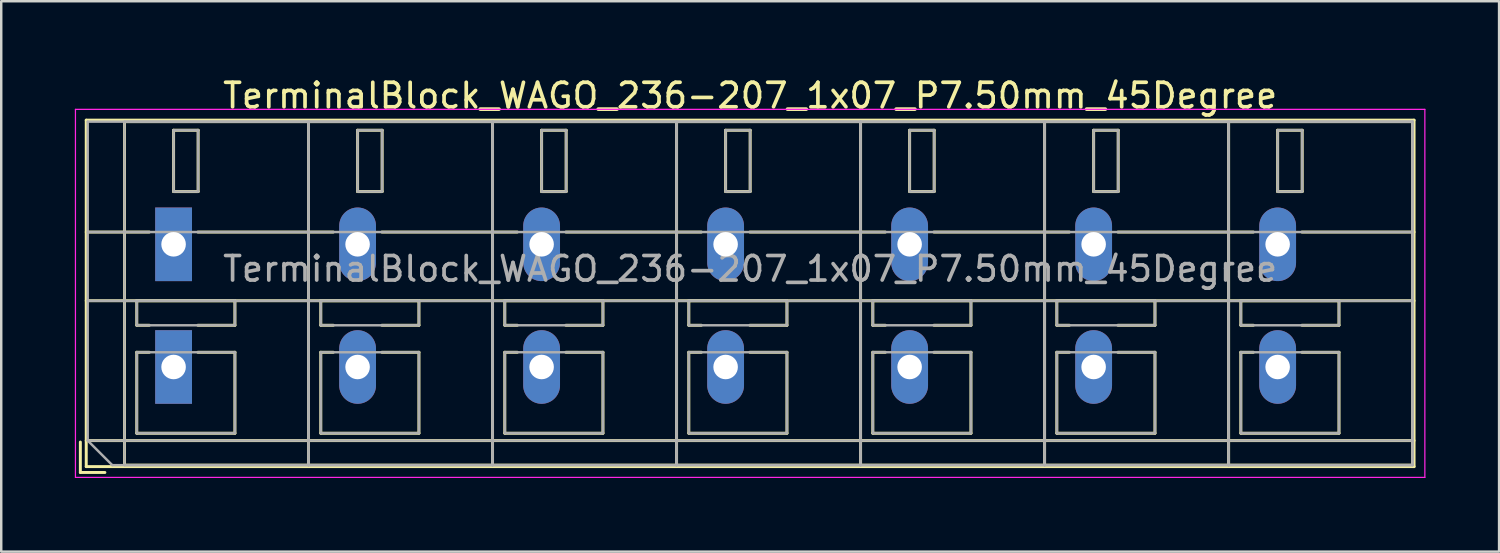
<source format=kicad_pcb>
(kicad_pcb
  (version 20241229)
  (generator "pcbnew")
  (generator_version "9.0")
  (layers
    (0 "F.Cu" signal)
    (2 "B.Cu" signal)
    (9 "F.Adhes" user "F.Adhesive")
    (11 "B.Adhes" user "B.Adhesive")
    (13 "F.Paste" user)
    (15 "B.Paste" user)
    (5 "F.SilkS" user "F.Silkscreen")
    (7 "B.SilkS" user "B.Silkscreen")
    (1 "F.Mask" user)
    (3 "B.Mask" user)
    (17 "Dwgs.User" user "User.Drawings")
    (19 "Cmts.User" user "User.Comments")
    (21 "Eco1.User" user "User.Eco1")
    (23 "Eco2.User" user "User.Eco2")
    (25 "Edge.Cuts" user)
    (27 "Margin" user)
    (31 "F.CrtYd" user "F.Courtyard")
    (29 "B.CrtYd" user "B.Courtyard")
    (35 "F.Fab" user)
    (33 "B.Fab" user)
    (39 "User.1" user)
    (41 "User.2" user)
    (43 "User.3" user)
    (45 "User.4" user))
  (footprint "TerminalBlock_WAGO_236-207_1x07_P7.50mm_45Degree"
    (layer "F.Cu")
    (at 4.025 11.908)
    (property "Reference" "TerminalBlock_WAGO_236-207_1x07_P7.50mm_45Degree" (at 23.5 -11.06 0) (layer "F.SilkS") (effects (font (size 1 1) (thickness 0.15))))
    (attr through_hole)
    (fp_line (start -3.8 3.06) (end -3.8 4.3) (stroke (width 0.12) (type solid)) (layer "F.SilkS"))
    (fp_line (start -3.8 4.3) (end -2.8 4.3) (stroke (width 0.12) (type solid)) (layer "F.SilkS"))
    (fp_line (start -3.56 -10.06) (end -3.56 4.06) (stroke (width 0.12) (type solid)) (layer "F.SilkS"))
    (fp_line (start -3.56 -10.06) (end 50.56 -10.06) (stroke (width 0.12) (type solid)) (layer "F.SilkS"))
    (fp_line (start -3.56 -5.5) (end -0.99 -5.5) (stroke (width 0.12) (type solid)) (layer "F.SilkS"))
    (fp_line (start -3.56 -2.7) (end 50.56 -2.7) (stroke (width 0.12) (type solid)) (layer "F.SilkS"))
    (fp_line (start -3.56 3) (end 50.56 3) (stroke (width 0.12) (type solid)) (layer "F.SilkS"))
    (fp_line (start -3.56 4.06) (end 50.56 4.06) (stroke (width 0.12) (type solid)) (layer "F.SilkS"))
    (fp_line (start -2 -10) (end -2 4) (stroke (width 0.12) (type solid)) (layer "F.SilkS"))
    (fp_line (start -2 -10) (end 5.5 -10) (stroke (width 0.12) (type solid)) (layer "F.SilkS"))
    (fp_line (start -2 4) (end 5.5 4) (stroke (width 0.12) (type solid)) (layer "F.SilkS"))
    (fp_line (start -1.5 -2.7) (end -1.5 -1.701) (stroke (width 0.12) (type solid)) (layer "F.SilkS"))
    (fp_line (start -1.5 -2.7) (end 2.5 -2.7) (stroke (width 0.12) (type solid)) (layer "F.SilkS"))
    (fp_line (start -1.5 -1.701) (end -0.99 -1.701) (stroke (width 0.12) (type solid)) (layer "F.SilkS"))
    (fp_line (start -1.5 -0.6) (end -1.5 2.7) (stroke (width 0.12) (type solid)) (layer "F.SilkS"))
    (fp_line (start -1.5 -0.6) (end -0.99 -0.6) (stroke (width 0.12) (type solid)) (layer "F.SilkS"))
    (fp_line (start -1.5 2.7) (end 2.5 2.7) (stroke (width 0.12) (type solid)) (layer "F.SilkS"))
    (fp_line (start 0 -9.65) (end 0 -7.15) (stroke (width 0.12) (type solid)) (layer "F.SilkS"))
    (fp_line (start 0 -9.65) (end 1 -9.65) (stroke (width 0.12) (type solid)) (layer "F.SilkS"))
    (fp_line (start 0 -7.15) (end 1 -7.15) (stroke (width 0.12) (type solid)) (layer "F.SilkS"))
    (fp_line (start 0.99 -5.5) (end 6.51 -5.5) (stroke (width 0.12) (type solid)) (layer "F.SilkS"))
    (fp_line (start 0.99 -1.701) (end 2.5 -1.701) (stroke (width 0.12) (type solid)) (layer "F.SilkS"))
    (fp_line (start 0.99 -0.6) (end 2.5 -0.6) (stroke (width 0.12) (type solid)) (layer "F.SilkS"))
    (fp_line (start 1 -9.65) (end 1 -7.15) (stroke (width 0.12) (type solid)) (layer "F.SilkS"))
    (fp_line (start 2.5 -2.7) (end 2.5 -1.701) (stroke (width 0.12) (type solid)) (layer "F.SilkS"))
    (fp_line (start 2.5 -0.6) (end 2.5 2.7) (stroke (width 0.12) (type solid)) (layer "F.SilkS"))
    (fp_line (start 5.5 -10) (end 5.5 4) (stroke (width 0.12) (type solid)) (layer "F.SilkS"))
    (fp_line (start 5.5 -10) (end 5.5 4) (stroke (width 0.12) (type solid)) (layer "F.SilkS"))
    (fp_line (start 5.5 -10) (end 13 -10) (stroke (width 0.12) (type solid)) (layer "F.SilkS"))
    (fp_line (start 5.5 4) (end 13 4) (stroke (width 0.12) (type solid)) (layer "F.SilkS"))
    (fp_line (start 6 -2.7) (end 6 -1.701) (stroke (width 0.12) (type solid)) (layer "F.SilkS"))
    (fp_line (start 6 -2.7) (end 10 -2.7) (stroke (width 0.12) (type solid)) (layer "F.SilkS"))
    (fp_line (start 6 -1.701) (end 6.51 -1.701) (stroke (width 0.12) (type solid)) (layer "F.SilkS"))
    (fp_line (start 6 -0.6) (end 6 2.7) (stroke (width 0.12) (type solid)) (layer "F.SilkS"))
    (fp_line (start 6 -0.6) (end 6.51 -0.6) (stroke (width 0.12) (type solid)) (layer "F.SilkS"))
    (fp_line (start 6 2.7) (end 10 2.7) (stroke (width 0.12) (type solid)) (layer "F.SilkS"))
    (fp_line (start 7.5 -9.65) (end 7.5 -7.15) (stroke (width 0.12) (type solid)) (layer "F.SilkS"))
    (fp_line (start 7.5 -9.65) (end 8.5 -9.65) (stroke (width 0.12) (type solid)) (layer "F.SilkS"))
    (fp_line (start 7.5 -7.15) (end 8.5 -7.15) (stroke (width 0.12) (type solid)) (layer "F.SilkS"))
    (fp_line (start 8.49 -5.5) (end 14.01 -5.5) (stroke (width 0.12) (type solid)) (layer "F.SilkS"))
    (fp_line (start 8.49 -1.701) (end 10 -1.701) (stroke (width 0.12) (type solid)) (layer "F.SilkS"))
    (fp_line (start 8.49 -0.6) (end 10 -0.6) (stroke (width 0.12) (type solid)) (layer "F.SilkS"))
    (fp_line (start 8.5 -9.65) (end 8.5 -7.15) (stroke (width 0.12) (type solid)) (layer "F.SilkS"))
    (fp_line (start 10 -2.7) (end 10 -1.701) (stroke (width 0.12) (type solid)) (layer "F.SilkS"))
    (fp_line (start 10 -0.6) (end 10 2.7) (stroke (width 0.12) (type solid)) (layer "F.SilkS"))
    (fp_line (start 13 -10) (end 13 4) (stroke (width 0.12) (type solid)) (layer "F.SilkS"))
    (fp_line (start 13 -10) (end 13 4) (stroke (width 0.12) (type solid)) (layer "F.SilkS"))
    (fp_line (start 13 -10) (end 20.5 -10) (stroke (width 0.12) (type solid)) (layer "F.SilkS"))
    (fp_line (start 13 4) (end 20.5 4) (stroke (width 0.12) (type solid)) (layer "F.SilkS"))
    (fp_line (start 13.5 -2.7) (end 13.5 -1.701) (stroke (width 0.12) (type solid)) (layer "F.SilkS"))
    (fp_line (start 13.5 -2.7) (end 17.5 -2.7) (stroke (width 0.12) (type solid)) (layer "F.SilkS"))
    (fp_line (start 13.5 -1.701) (end 14.01 -1.701) (stroke (width 0.12) (type solid)) (layer "F.SilkS"))
    (fp_line (start 13.5 -0.6) (end 13.5 2.7) (stroke (width 0.12) (type solid)) (layer "F.SilkS"))
    (fp_line (start 13.5 -0.6) (end 14.01 -0.6) (stroke (width 0.12) (type solid)) (layer "F.SilkS"))
    (fp_line (start 13.5 2.7) (end 17.5 2.7) (stroke (width 0.12) (type solid)) (layer "F.SilkS"))
    (fp_line (start 15 -9.65) (end 15 -7.15) (stroke (width 0.12) (type solid)) (layer "F.SilkS"))
    (fp_line (start 15 -9.65) (end 16 -9.65) (stroke (width 0.12) (type solid)) (layer "F.SilkS"))
    (fp_line (start 15 -7.15) (end 16 -7.15) (stroke (width 0.12) (type solid)) (layer "F.SilkS"))
    (fp_line (start 15.99 -5.5) (end 21.51 -5.5) (stroke (width 0.12) (type solid)) (layer "F.SilkS"))
    (fp_line (start 15.99 -1.701) (end 17.5 -1.701) (stroke (width 0.12) (type solid)) (layer "F.SilkS"))
    (fp_line (start 15.99 -0.6) (end 17.5 -0.6) (stroke (width 0.12) (type solid)) (layer "F.SilkS"))
    (fp_line (start 16 -9.65) (end 16 -7.15) (stroke (width 0.12) (type solid)) (layer "F.SilkS"))
    (fp_line (start 17.5 -2.7) (end 17.5 -1.701) (stroke (width 0.12) (type solid)) (layer "F.SilkS"))
    (fp_line (start 17.5 -0.6) (end 17.5 2.7) (stroke (width 0.12) (type solid)) (layer "F.SilkS"))
    (fp_line (start 20.5 -10) (end 20.5 4) (stroke (width 0.12) (type solid)) (layer "F.SilkS"))
    (fp_line (start 20.5 -10) (end 20.5 4) (stroke (width 0.12) (type solid)) (layer "F.SilkS"))
    (fp_line (start 20.5 -10) (end 28 -10) (stroke (width 0.12) (type solid)) (layer "F.SilkS"))
    (fp_line (start 20.5 4) (end 28 4) (stroke (width 0.12) (type solid)) (layer "F.SilkS"))
    (fp_line (start 21 -2.7) (end 21 -1.701) (stroke (width 0.12) (type solid)) (layer "F.SilkS"))
    (fp_line (start 21 -2.7) (end 25 -2.7) (stroke (width 0.12) (type solid)) (layer "F.SilkS"))
    (fp_line (start 21 -1.701) (end 21.51 -1.701) (stroke (width 0.12) (type solid)) (layer "F.SilkS"))
    (fp_line (start 21 -0.6) (end 21 2.7) (stroke (width 0.12) (type solid)) (layer "F.SilkS"))
    (fp_line (start 21 -0.6) (end 21.51 -0.6) (stroke (width 0.12) (type solid)) (layer "F.SilkS"))
    (fp_line (start 21 2.7) (end 25 2.7) (stroke (width 0.12) (type solid)) (layer "F.SilkS"))
    (fp_line (start 22.5 -9.65) (end 22.5 -7.15) (stroke (width 0.12) (type solid)) (layer "F.SilkS"))
    (fp_line (start 22.5 -9.65) (end 23.5 -9.65) (stroke (width 0.12) (type solid)) (layer "F.SilkS"))
    (fp_line (start 22.5 -7.15) (end 23.5 -7.15) (stroke (width 0.12) (type solid)) (layer "F.SilkS"))
    (fp_line (start 23.49 -5.5) (end 29.01 -5.5) (stroke (width 0.12) (type solid)) (layer "F.SilkS"))
    (fp_line (start 23.49 -1.701) (end 25 -1.701) (stroke (width 0.12) (type solid)) (layer "F.SilkS"))
    (fp_line (start 23.49 -0.6) (end 25 -0.6) (stroke (width 0.12) (type solid)) (layer "F.SilkS"))
    (fp_line (start 23.5 -9.65) (end 23.5 -7.15) (stroke (width 0.12) (type solid)) (layer "F.SilkS"))
    (fp_line (start 25 -2.7) (end 25 -1.701) (stroke (width 0.12) (type solid)) (layer "F.SilkS"))
    (fp_line (start 25 -0.6) (end 25 2.7) (stroke (width 0.12) (type solid)) (layer "F.SilkS"))
    (fp_line (start 28 -10) (end 28 4) (stroke (width 0.12) (type solid)) (layer "F.SilkS"))
    (fp_line (start 28 -10) (end 28 4) (stroke (width 0.12) (type solid)) (layer "F.SilkS"))
    (fp_line (start 28 -10) (end 35.5 -10) (stroke (width 0.12) (type solid)) (layer "F.SilkS"))
    (fp_line (start 28 4) (end 35.5 4) (stroke (width 0.12) (type solid)) (layer "F.SilkS"))
    (fp_line (start 28.5 -2.7) (end 28.5 -1.701) (stroke (width 0.12) (type solid)) (layer "F.SilkS"))
    (fp_line (start 28.5 -2.7) (end 32.5 -2.7) (stroke (width 0.12) (type solid)) (layer "F.SilkS"))
    (fp_line (start 28.5 -1.701) (end 29.01 -1.701) (stroke (width 0.12) (type solid)) (layer "F.SilkS"))
    (fp_line (start 28.5 -0.6) (end 28.5 2.7) (stroke (width 0.12) (type solid)) (layer "F.SilkS"))
    (fp_line (start 28.5 -0.6) (end 29.01 -0.6) (stroke (width 0.12) (type solid)) (layer "F.SilkS"))
    (fp_line (start 28.5 2.7) (end 32.5 2.7) (stroke (width 0.12) (type solid)) (layer "F.SilkS"))
    (fp_line (start 30 -9.65) (end 30 -7.15) (stroke (width 0.12) (type solid)) (layer "F.SilkS"))
    (fp_line (start 30 -9.65) (end 31 -9.65) (stroke (width 0.12) (type solid)) (layer "F.SilkS"))
    (fp_line (start 30 -7.15) (end 31 -7.15) (stroke (width 0.12) (type solid)) (layer "F.SilkS"))
    (fp_line (start 30.99 -5.5) (end 36.51 -5.5) (stroke (width 0.12) (type solid)) (layer "F.SilkS"))
    (fp_line (start 30.99 -1.701) (end 32.5 -1.701) (stroke (width 0.12) (type solid)) (layer "F.SilkS"))
    (fp_line (start 30.99 -0.6) (end 32.5 -0.6) (stroke (width 0.12) (type solid)) (layer "F.SilkS"))
    (fp_line (start 31 -9.65) (end 31 -7.15) (stroke (width 0.12) (type solid)) (layer "F.SilkS"))
    (fp_line (start 32.5 -2.7) (end 32.5 -1.701) (stroke (width 0.12) (type solid)) (layer "F.SilkS"))
    (fp_line (start 32.5 -0.6) (end 32.5 2.7) (stroke (width 0.12) (type solid)) (layer "F.SilkS"))
    (fp_line (start 35.5 -10) (end 35.5 4) (stroke (width 0.12) (type solid)) (layer "F.SilkS"))
    (fp_line (start 35.5 -10) (end 35.5 4) (stroke (width 0.12) (type solid)) (layer "F.SilkS"))
    (fp_line (start 35.5 -10) (end 43 -10) (stroke (width 0.12) (type solid)) (layer "F.SilkS"))
    (fp_line (start 35.5 4) (end 43 4) (stroke (width 0.12) (type solid)) (layer "F.SilkS"))
    (fp_line (start 36 -2.7) (end 36 -1.701) (stroke (width 0.12) (type solid)) (layer "F.SilkS"))
    (fp_line (start 36 -2.7) (end 40 -2.7) (stroke (width 0.12) (type solid)) (layer "F.SilkS"))
    (fp_line (start 36 -1.701) (end 36.51 -1.701) (stroke (width 0.12) (type solid)) (layer "F.SilkS"))
    (fp_line (start 36 -0.6) (end 36 2.7) (stroke (width 0.12) (type solid)) (layer "F.SilkS"))
    (fp_line (start 36 -0.6) (end 36.51 -0.6) (stroke (width 0.12) (type solid)) (layer "F.SilkS"))
    (fp_line (start 36 2.7) (end 40 2.7) (stroke (width 0.12) (type solid)) (layer "F.SilkS"))
    (fp_line (start 37.5 -9.65) (end 37.5 -7.15) (stroke (width 0.12) (type solid)) (layer "F.SilkS"))
    (fp_line (start 37.5 -9.65) (end 38.5 -9.65) (stroke (width 0.12) (type solid)) (layer "F.SilkS"))
    (fp_line (start 37.5 -7.15) (end 38.5 -7.15) (stroke (width 0.12) (type solid)) (layer "F.SilkS"))
    (fp_line (start 38.49 -5.5) (end 44.01 -5.5) (stroke (width 0.12) (type solid)) (layer "F.SilkS"))
    (fp_line (start 38.49 -1.701) (end 40 -1.701) (stroke (width 0.12) (type solid)) (layer "F.SilkS"))
    (fp_line (start 38.49 -0.6) (end 40 -0.6) (stroke (width 0.12) (type solid)) (layer "F.SilkS"))
    (fp_line (start 38.5 -9.65) (end 38.5 -7.15) (stroke (width 0.12) (type solid)) (layer "F.SilkS"))
    (fp_line (start 40 -2.7) (end 40 -1.701) (stroke (width 0.12) (type solid)) (layer "F.SilkS"))
    (fp_line (start 40 -0.6) (end 40 2.7) (stroke (width 0.12) (type solid)) (layer "F.SilkS"))
    (fp_line (start 43 -10) (end 43 4) (stroke (width 0.12) (type solid)) (layer "F.SilkS"))
    (fp_line (start 43 -10) (end 43 4) (stroke (width 0.12) (type solid)) (layer "F.SilkS"))
    (fp_line (start 43 -10) (end 50.5 -10) (stroke (width 0.12) (type solid)) (layer "F.SilkS"))
    (fp_line (start 43 4) (end 50.5 4) (stroke (width 0.12) (type solid)) (layer "F.SilkS"))
    (fp_line (start 43.5 -2.7) (end 43.5 -1.701) (stroke (width 0.12) (type solid)) (layer "F.SilkS"))
    (fp_line (start 43.5 -2.7) (end 47.5 -2.7) (stroke (width 0.12) (type solid)) (layer "F.SilkS"))
    (fp_line (start 43.5 -1.701) (end 44.01 -1.701) (stroke (width 0.12) (type solid)) (layer "F.SilkS"))
    (fp_line (start 43.5 -0.6) (end 43.5 2.7) (stroke (width 0.12) (type solid)) (layer "F.SilkS"))
    (fp_line (start 43.5 -0.6) (end 44.01 -0.6) (stroke (width 0.12) (type solid)) (layer "F.SilkS"))
    (fp_line (start 43.5 2.7) (end 47.5 2.7) (stroke (width 0.12) (type solid)) (layer "F.SilkS"))
    (fp_line (start 45 -9.65) (end 45 -7.15) (stroke (width 0.12) (type solid)) (layer "F.SilkS"))
    (fp_line (start 45 -9.65) (end 46 -9.65) (stroke (width 0.12) (type solid)) (layer "F.SilkS"))
    (fp_line (start 45 -7.15) (end 46 -7.15) (stroke (width 0.12) (type solid)) (layer "F.SilkS"))
    (fp_line (start 45.99 -5.5) (end 50.56 -5.5) (stroke (width 0.12) (type solid)) (layer "F.SilkS"))
    (fp_line (start 45.99 -1.701) (end 47.5 -1.701) (stroke (width 0.12) (type solid)) (layer "F.SilkS"))
    (fp_line (start 45.99 -0.6) (end 47.5 -0.6) (stroke (width 0.12) (type solid)) (layer "F.SilkS"))
    (fp_line (start 46 -9.65) (end 46 -7.15) (stroke (width 0.12) (type solid)) (layer "F.SilkS"))
    (fp_line (start 47.5 -2.7) (end 47.5 -1.701) (stroke (width 0.12) (type solid)) (layer "F.SilkS"))
    (fp_line (start 47.5 -0.6) (end 47.5 2.7) (stroke (width 0.12) (type solid)) (layer "F.SilkS"))
    (fp_line (start 50.5 -10) (end 50.5 4) (stroke (width 0.12) (type solid)) (layer "F.SilkS"))
    (fp_line (start 50.56 -10.06) (end 50.56 4.06) (stroke (width 0.12) (type solid)) (layer "F.SilkS"))
    (fp_line (start -4 -10.5) (end -4 4.5) (stroke (width 0.05) (type solid)) (layer "F.CrtYd"))
    (fp_line (start -4 4.5) (end 51 4.5) (stroke (width 0.05) (type solid)) (layer "F.CrtYd"))
    (fp_line (start 51 -10.5) (end -4 -10.5) (stroke (width 0.05) (type solid)) (layer "F.CrtYd"))
    (fp_line (start 51 4.5) (end 51 -10.5) (stroke (width 0.05) (type solid)) (layer "F.CrtYd"))
    (fp_line (start -3.5 -10) (end 50.5 -10) (stroke (width 0.1) (type solid)) (layer "F.Fab"))
    (fp_line (start -3.5 -5.5) (end 50.5 -5.5) (stroke (width 0.1) (type solid)) (layer "F.Fab"))
    (fp_line (start -3.5 -2.7) (end 50.5 -2.7) (stroke (width 0.1) (type solid)) (layer "F.Fab"))
    (fp_line (start -3.5 3) (end -3.5 -10) (stroke (width 0.1) (type solid)) (layer "F.Fab"))
    (fp_line (start -3.5 3) (end 50.5 3) (stroke (width 0.1) (type solid)) (layer "F.Fab"))
    (fp_line (start -2.5 4) (end -3.5 3) (stroke (width 0.1) (type solid)) (layer "F.Fab"))
    (fp_line (start -2 -10) (end -2 4) (stroke (width 0.1) (type solid)) (layer "F.Fab"))
    (fp_line (start -2 4) (end 5.5 4) (stroke (width 0.1) (type solid)) (layer "F.Fab"))
    (fp_line (start -1.5 -2.7) (end -1.5 -1.7) (stroke (width 0.1) (type solid)) (layer "F.Fab"))
    (fp_line (start -1.5 -1.7) (end 2.5 -1.7) (stroke (width 0.1) (type solid)) (layer "F.Fab"))
    (fp_line (start -1.5 -0.6) (end -1.5 2.7) (stroke (width 0.1) (type solid)) (layer "F.Fab"))
    (fp_line (start -1.5 2.7) (end 2.5 2.7) (stroke (width 0.1) (type solid)) (layer "F.Fab"))
    (fp_line (start 0 -9.65) (end 0 -7.15) (stroke (width 0.1) (type solid)) (layer "F.Fab"))
    (fp_line (start 0 -7.15) (end 1 -7.15) (stroke (width 0.1) (type solid)) (layer "F.Fab"))
    (fp_line (start 1 -9.65) (end 0 -9.65) (stroke (width 0.1) (type solid)) (layer "F.Fab"))
    (fp_line (start 1 -7.15) (end 1 -9.65) (stroke (width 0.1) (type solid)) (layer "F.Fab"))
    (fp_line (start 2.5 -2.7) (end -1.5 -2.7) (stroke (width 0.1) (type solid)) (layer "F.Fab"))
    (fp_line (start 2.5 -1.7) (end 2.5 -2.7) (stroke (width 0.1) (type solid)) (layer "F.Fab"))
    (fp_line (start 2.5 -0.6) (end -1.5 -0.6) (stroke (width 0.1) (type solid)) (layer "F.Fab"))
    (fp_line (start 2.5 2.7) (end 2.5 -0.6) (stroke (width 0.1) (type solid)) (layer "F.Fab"))
    (fp_line (start 5.5 -10) (end -2 -10) (stroke (width 0.1) (type solid)) (layer "F.Fab"))
    (fp_line (start 5.5 -10) (end 5.5 4) (stroke (width 0.1) (type solid)) (layer "F.Fab"))
    (fp_line (start 5.5 4) (end 5.5 -10) (stroke (width 0.1) (type solid)) (layer "F.Fab"))
    (fp_line (start 5.5 4) (end 13 4) (stroke (width 0.1) (type solid)) (layer "F.Fab"))
    (fp_line (start 6 -2.7) (end 6 -1.7) (stroke (width 0.1) (type solid)) (layer "F.Fab"))
    (fp_line (start 6 -1.7) (end 10 -1.7) (stroke (width 0.1) (type solid)) (layer "F.Fab"))
    (fp_line (start 6 -0.6) (end 6 2.7) (stroke (width 0.1) (type solid)) (layer "F.Fab"))
    (fp_line (start 6 2.7) (end 10 2.7) (stroke (width 0.1) (type solid)) (layer "F.Fab"))
    (fp_line (start 7.5 -9.65) (end 7.5 -7.15) (stroke (width 0.1) (type solid)) (layer "F.Fab"))
    (fp_line (start 7.5 -7.15) (end 8.5 -7.15) (stroke (width 0.1) (type solid)) (layer "F.Fab"))
    (fp_line (start 8.5 -9.65) (end 7.5 -9.65) (stroke (width 0.1) (type solid)) (layer "F.Fab"))
    (fp_line (start 8.5 -7.15) (end 8.5 -9.65) (stroke (width 0.1) (type solid)) (layer "F.Fab"))
    (fp_line (start 10 -2.7) (end 6 -2.7) (stroke (width 0.1) (type solid)) (layer "F.Fab"))
    (fp_line (start 10 -1.7) (end 10 -2.7) (stroke (width 0.1) (type solid)) (layer "F.Fab"))
    (fp_line (start 10 -0.6) (end 6 -0.6) (stroke (width 0.1) (type solid)) (layer "F.Fab"))
    (fp_line (start 10 2.7) (end 10 -0.6) (stroke (width 0.1) (type solid)) (layer "F.Fab"))
    (fp_line (start 13 -10) (end 5.5 -10) (stroke (width 0.1) (type solid)) (layer "F.Fab"))
    (fp_line (start 13 -10) (end 13 4) (stroke (width 0.1) (type solid)) (layer "F.Fab"))
    (fp_line (start 13 4) (end 13 -10) (stroke (width 0.1) (type solid)) (layer "F.Fab"))
    (fp_line (start 13 4) (end 20.5 4) (stroke (width 0.1) (type solid)) (layer "F.Fab"))
    (fp_line (start 13.5 -2.7) (end 13.5 -1.7) (stroke (width 0.1) (type solid)) (layer "F.Fab"))
    (fp_line (start 13.5 -1.7) (end 17.5 -1.7) (stroke (width 0.1) (type solid)) (layer "F.Fab"))
    (fp_line (start 13.5 -0.6) (end 13.5 2.7) (stroke (width 0.1) (type solid)) (layer "F.Fab"))
    (fp_line (start 13.5 2.7) (end 17.5 2.7) (stroke (width 0.1) (type solid)) (layer "F.Fab"))
    (fp_line (start 15 -9.65) (end 15 -7.15) (stroke (width 0.1) (type solid)) (layer "F.Fab"))
    (fp_line (start 15 -7.15) (end 16 -7.15) (stroke (width 0.1) (type solid)) (layer "F.Fab"))
    (fp_line (start 16 -9.65) (end 15 -9.65) (stroke (width 0.1) (type solid)) (layer "F.Fab"))
    (fp_line (start 16 -7.15) (end 16 -9.65) (stroke (width 0.1) (type solid)) (layer "F.Fab"))
    (fp_line (start 17.5 -2.7) (end 13.5 -2.7) (stroke (width 0.1) (type solid)) (layer "F.Fab"))
    (fp_line (start 17.5 -1.7) (end 17.5 -2.7) (stroke (width 0.1) (type solid)) (layer "F.Fab"))
    (fp_line (start 17.5 -0.6) (end 13.5 -0.6) (stroke (width 0.1) (type solid)) (layer "F.Fab"))
    (fp_line (start 17.5 2.7) (end 17.5 -0.6) (stroke (width 0.1) (type solid)) (layer "F.Fab"))
    (fp_line (start 20.5 -10) (end 13 -10) (stroke (width 0.1) (type solid)) (layer "F.Fab"))
    (fp_line (start 20.5 -10) (end 20.5 4) (stroke (width 0.1) (type solid)) (layer "F.Fab"))
    (fp_line (start 20.5 4) (end 20.5 -10) (stroke (width 0.1) (type solid)) (layer "F.Fab"))
    (fp_line (start 20.5 4) (end 28 4) (stroke (width 0.1) (type solid)) (layer "F.Fab"))
    (fp_line (start 21 -2.7) (end 21 -1.7) (stroke (width 0.1) (type solid)) (layer "F.Fab"))
    (fp_line (start 21 -1.7) (end 25 -1.7) (stroke (width 0.1) (type solid)) (layer "F.Fab"))
    (fp_line (start 21 -0.6) (end 21 2.7) (stroke (width 0.1) (type solid)) (layer "F.Fab"))
    (fp_line (start 21 2.7) (end 25 2.7) (stroke (width 0.1) (type solid)) (layer "F.Fab"))
    (fp_line (start 22.5 -9.65) (end 22.5 -7.15) (stroke (width 0.1) (type solid)) (layer "F.Fab"))
    (fp_line (start 22.5 -7.15) (end 23.5 -7.15) (stroke (width 0.1) (type solid)) (layer "F.Fab"))
    (fp_line (start 23.5 -9.65) (end 22.5 -9.65) (stroke (width 0.1) (type solid)) (layer "F.Fab"))
    (fp_line (start 23.5 -7.15) (end 23.5 -9.65) (stroke (width 0.1) (type solid)) (layer "F.Fab"))
    (fp_line (start 25 -2.7) (end 21 -2.7) (stroke (width 0.1) (type solid)) (layer "F.Fab"))
    (fp_line (start 25 -1.7) (end 25 -2.7) (stroke (width 0.1) (type solid)) (layer "F.Fab"))
    (fp_line (start 25 -0.6) (end 21 -0.6) (stroke (width 0.1) (type solid)) (layer "F.Fab"))
    (fp_line (start 25 2.7) (end 25 -0.6) (stroke (width 0.1) (type solid)) (layer "F.Fab"))
    (fp_line (start 28 -10) (end 20.5 -10) (stroke (width 0.1) (type solid)) (layer "F.Fab"))
    (fp_line (start 28 -10) (end 28 4) (stroke (width 0.1) (type solid)) (layer "F.Fab"))
    (fp_line (start 28 4) (end 28 -10) (stroke (width 0.1) (type solid)) (layer "F.Fab"))
    (fp_line (start 28 4) (end 35.5 4) (stroke (width 0.1) (type solid)) (layer "F.Fab"))
    (fp_line (start 28.5 -2.7) (end 28.5 -1.7) (stroke (width 0.1) (type solid)) (layer "F.Fab"))
    (fp_line (start 28.5 -1.7) (end 32.5 -1.7) (stroke (width 0.1) (type solid)) (layer "F.Fab"))
    (fp_line (start 28.5 -0.6) (end 28.5 2.7) (stroke (width 0.1) (type solid)) (layer "F.Fab"))
    (fp_line (start 28.5 2.7) (end 32.5 2.7) (stroke (width 0.1) (type solid)) (layer "F.Fab"))
    (fp_line (start 30 -9.65) (end 30 -7.15) (stroke (width 0.1) (type solid)) (layer "F.Fab"))
    (fp_line (start 30 -7.15) (end 31 -7.15) (stroke (width 0.1) (type solid)) (layer "F.Fab"))
    (fp_line (start 31 -9.65) (end 30 -9.65) (stroke (width 0.1) (type solid)) (layer "F.Fab"))
    (fp_line (start 31 -7.15) (end 31 -9.65) (stroke (width 0.1) (type solid)) (layer "F.Fab"))
    (fp_line (start 32.5 -2.7) (end 28.5 -2.7) (stroke (width 0.1) (type solid)) (layer "F.Fab"))
    (fp_line (start 32.5 -1.7) (end 32.5 -2.7) (stroke (width 0.1) (type solid)) (layer "F.Fab"))
    (fp_line (start 32.5 -0.6) (end 28.5 -0.6) (stroke (width 0.1) (type solid)) (layer "F.Fab"))
    (fp_line (start 32.5 2.7) (end 32.5 -0.6) (stroke (width 0.1) (type solid)) (layer "F.Fab"))
    (fp_line (start 35.5 -10) (end 28 -10) (stroke (width 0.1) (type solid)) (layer "F.Fab"))
    (fp_line (start 35.5 -10) (end 35.5 4) (stroke (width 0.1) (type solid)) (layer "F.Fab"))
    (fp_line (start 35.5 4) (end 35.5 -10) (stroke (width 0.1) (type solid)) (layer "F.Fab"))
    (fp_line (start 35.5 4) (end 43 4) (stroke (width 0.1) (type solid)) (layer "F.Fab"))
    (fp_line (start 36 -2.7) (end 36 -1.7) (stroke (width 0.1) (type solid)) (layer "F.Fab"))
    (fp_line (start 36 -1.7) (end 40 -1.7) (stroke (width 0.1) (type solid)) (layer "F.Fab"))
    (fp_line (start 36 -0.6) (end 36 2.7) (stroke (width 0.1) (type solid)) (layer "F.Fab"))
    (fp_line (start 36 2.7) (end 40 2.7) (stroke (width 0.1) (type solid)) (layer "F.Fab"))
    (fp_line (start 37.5 -9.65) (end 37.5 -7.15) (stroke (width 0.1) (type solid)) (layer "F.Fab"))
    (fp_line (start 37.5 -7.15) (end 38.5 -7.15) (stroke (width 0.1) (type solid)) (layer "F.Fab"))
    (fp_line (start 38.5 -9.65) (end 37.5 -9.65) (stroke (width 0.1) (type solid)) (layer "F.Fab"))
    (fp_line (start 38.5 -7.15) (end 38.5 -9.65) (stroke (width 0.1) (type solid)) (layer "F.Fab"))
    (fp_line (start 40 -2.7) (end 36 -2.7) (stroke (width 0.1) (type solid)) (layer "F.Fab"))
    (fp_line (start 40 -1.7) (end 40 -2.7) (stroke (width 0.1) (type solid)) (layer "F.Fab"))
    (fp_line (start 40 -0.6) (end 36 -0.6) (stroke (width 0.1) (type solid)) (layer "F.Fab"))
    (fp_line (start 40 2.7) (end 40 -0.6) (stroke (width 0.1) (type solid)) (layer "F.Fab"))
    (fp_line (start 43 -10) (end 35.5 -10) (stroke (width 0.1) (type solid)) (layer "F.Fab"))
    (fp_line (start 43 -10) (end 43 4) (stroke (width 0.1) (type solid)) (layer "F.Fab"))
    (fp_line (start 43 4) (end 43 -10) (stroke (width 0.1) (type solid)) (layer "F.Fab"))
    (fp_line (start 43 4) (end 50.5 4) (stroke (width 0.1) (type solid)) (layer "F.Fab"))
    (fp_line (start 43.5 -2.7) (end 43.5 -1.7) (stroke (width 0.1) (type solid)) (layer "F.Fab"))
    (fp_line (start 43.5 -1.7) (end 47.5 -1.7) (stroke (width 0.1) (type solid)) (layer "F.Fab"))
    (fp_line (start 43.5 -0.6) (end 43.5 2.7) (stroke (width 0.1) (type solid)) (layer "F.Fab"))
    (fp_line (start 43.5 2.7) (end 47.5 2.7) (stroke (width 0.1) (type solid)) (layer "F.Fab"))
    (fp_line (start 45 -9.65) (end 45 -7.15) (stroke (width 0.1) (type solid)) (layer "F.Fab"))
    (fp_line (start 45 -7.15) (end 46 -7.15) (stroke (width 0.1) (type solid)) (layer "F.Fab"))
    (fp_line (start 46 -9.65) (end 45 -9.65) (stroke (width 0.1) (type solid)) (layer "F.Fab"))
    (fp_line (start 46 -7.15) (end 46 -9.65) (stroke (width 0.1) (type solid)) (layer "F.Fab"))
    (fp_line (start 47.5 -2.7) (end 43.5 -2.7) (stroke (width 0.1) (type solid)) (layer "F.Fab"))
    (fp_line (start 47.5 -1.7) (end 47.5 -2.7) (stroke (width 0.1) (type solid)) (layer "F.Fab"))
    (fp_line (start 47.5 -0.6) (end 43.5 -0.6) (stroke (width 0.1) (type solid)) (layer "F.Fab"))
    (fp_line (start 47.5 2.7) (end 47.5 -0.6) (stroke (width 0.1) (type solid)) (layer "F.Fab"))
    (fp_line (start 50.5 -10) (end 43 -10) (stroke (width 0.1) (type solid)) (layer "F.Fab"))
    (fp_line (start 50.5 -10) (end 50.5 4) (stroke (width 0.1) (type solid)) (layer "F.Fab"))
    (fp_line (start 50.5 4) (end -2.5 4) (stroke (width 0.1) (type solid)) (layer "F.Fab"))
    (fp_line (start 50.5 4) (end 50.5 -10) (stroke (width 0.1) (type solid)) (layer "F.Fab"))
    (fp_text user "${REFERENCE}" (at 23.5 -4 0) (layer "F.Fab") (effects (font (size 1 1) (thickness 0.15))))
    (pad "1" thru_hole rect (at 0 -5) (size 1.5 3) (drill 1) (layers "*.Cu" "*.Mask"))
    (pad "1" thru_hole rect (at 0 0) (size 1.5 3) (drill 1) (layers "*.Cu" "*.Mask"))
    (pad "2" thru_hole oval (at 7.5 -5) (size 1.5 3) (drill 1) (layers "*.Cu" "*.Mask"))
    (pad "2" thru_hole oval (at 7.5 0) (size 1.5 3) (drill 1) (layers "*.Cu" "*.Mask"))
    (pad "3" thru_hole oval (at 15 -5) (size 1.5 3) (drill 1) (layers "*.Cu" "*.Mask"))
    (pad "3" thru_hole oval (at 15 0) (size 1.5 3) (drill 1) (layers "*.Cu" "*.Mask"))
    (pad "4" thru_hole oval (at 22.5 -5) (size 1.5 3) (drill 1) (layers "*.Cu" "*.Mask"))
    (pad "4" thru_hole oval (at 22.5 0) (size 1.5 3) (drill 1) (layers "*.Cu" "*.Mask"))
    (pad "5" thru_hole oval (at 30 -5) (size 1.5 3) (drill 1) (layers "*.Cu" "*.Mask"))
    (pad "5" thru_hole oval (at 30 0) (size 1.5 3) (drill 1) (layers "*.Cu" "*.Mask"))
    (pad "6" thru_hole oval (at 37.5 -5) (size 1.5 3) (drill 1) (layers "*.Cu" "*.Mask"))
    (pad "6" thru_hole oval (at 37.5 0) (size 1.5 3) (drill 1) (layers "*.Cu" "*.Mask"))
    (pad "7" thru_hole oval (at 45 -5) (size 1.5 3) (drill 1) (layers "*.Cu" "*.Mask"))
    (pad "7" thru_hole oval (at 45 0) (size 1.5 3) (drill 1) (layers "*.Cu" "*.Mask")))
  (gr_rect
    (start -3 -3)
    (end 58.05 19.433)
    (stroke (width 0.1) (type default))
    (fill no)
    (layer "Edge.Cuts")))
</source>
